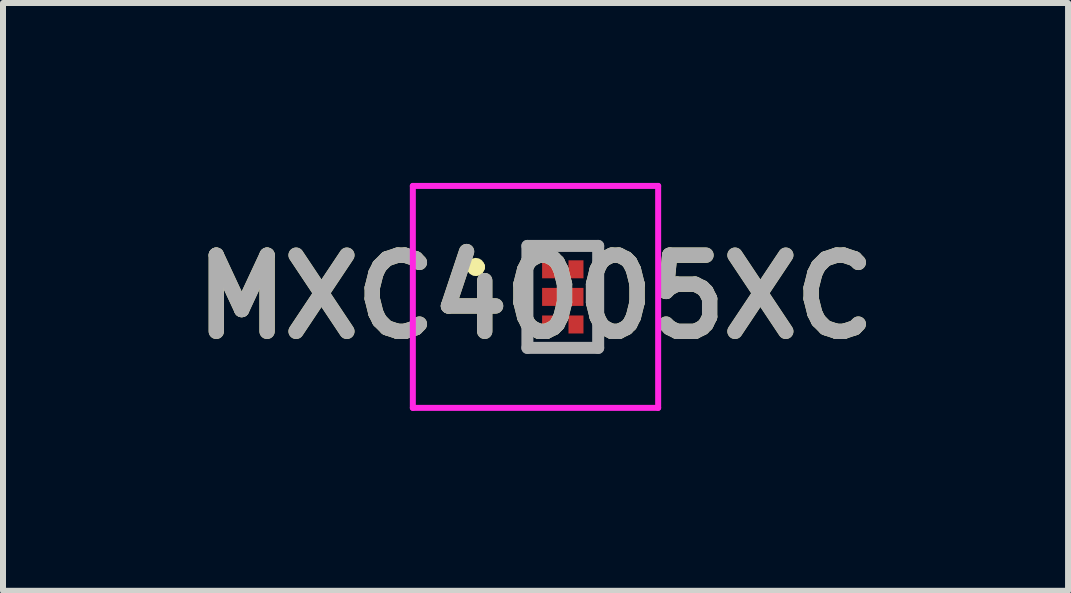
<source format=kicad_pcb>
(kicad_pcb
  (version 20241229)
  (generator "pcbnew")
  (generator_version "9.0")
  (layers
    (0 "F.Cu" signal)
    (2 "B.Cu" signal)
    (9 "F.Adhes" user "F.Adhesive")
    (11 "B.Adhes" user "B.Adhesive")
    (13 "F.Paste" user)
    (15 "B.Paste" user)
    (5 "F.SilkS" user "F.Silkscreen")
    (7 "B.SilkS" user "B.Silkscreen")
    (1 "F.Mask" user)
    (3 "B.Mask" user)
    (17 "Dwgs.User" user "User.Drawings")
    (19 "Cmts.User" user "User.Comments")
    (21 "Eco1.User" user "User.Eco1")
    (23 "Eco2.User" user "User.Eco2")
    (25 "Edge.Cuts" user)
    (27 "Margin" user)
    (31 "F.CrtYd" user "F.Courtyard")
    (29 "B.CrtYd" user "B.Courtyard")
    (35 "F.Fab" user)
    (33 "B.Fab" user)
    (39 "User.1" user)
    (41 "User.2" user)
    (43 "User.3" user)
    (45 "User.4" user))
  (footprint "MXC4005XC"
    (layer "F.Cu")
    (at 6.333 1.9)
    (property "Reference" "MXC4005XC" (at -0.455 0 0) (layer "F.SilkS") (effects (font (size 1.27 1.27) (thickness 0.254))))
    (attr smd)
    (fp_line (start -1.5 -0.5) (end -1.5 -0.5) (stroke (width 0.2) (type solid)) (layer "F.SilkS"))
    (fp_line (start -1.5 -0.5) (end -1.5 -0.5) (stroke (width 0.2) (type solid)) (layer "F.SilkS"))
    (fp_line (start -1.4 -0.5) (end -1.4 -0.5) (stroke (width 0.2) (type solid)) (layer "F.SilkS"))
    (fp_line (start -0.59 -0.85) (end 0.59 -0.85) (stroke (width 0.1) (type solid)) (layer "F.SilkS"))
    (fp_line (start -0.59 0.85) (end -0.59 -0.85) (stroke (width 0.1) (type solid)) (layer "F.SilkS"))
    (fp_line (start 0.59 -0.85) (end 0.59 0.85) (stroke (width 0.1) (type solid)) (layer "F.SilkS"))
    (fp_line (start 0.59 0.85) (end -0.59 0.85) (stroke (width 0.1) (type solid)) (layer "F.SilkS"))
    (fp_arc (start -1.5 -0.5) (mid -1.45 -0.55) (end -1.4 -0.5) (stroke (width 0.2) (type solid)) (layer "F.SilkS"))
    (fp_arc (start -1.4 -0.5) (mid -1.45 -0.45) (end -1.5 -0.5) (stroke (width 0.2) (type solid)) (layer "F.SilkS"))
    (fp_arc (start -1.4 -0.5) (mid -1.45 -0.45) (end -1.5 -0.5) (stroke (width 0.2) (type solid)) (layer "F.SilkS"))
    (fp_line (start -2.5 -1.85) (end 1.59 -1.85) (stroke (width 0.1) (type solid)) (layer "F.CrtYd"))
    (fp_line (start -2.5 1.85) (end -2.5 -1.85) (stroke (width 0.1) (type solid)) (layer "F.CrtYd"))
    (fp_line (start 1.59 -1.85) (end 1.59 1.85) (stroke (width 0.1) (type solid)) (layer "F.CrtYd"))
    (fp_line (start 1.59 1.85) (end -2.5 1.85) (stroke (width 0.1) (type solid)) (layer "F.CrtYd"))
    (fp_line (start -0.59 -0.85) (end -0.59 0.85) (stroke (width 0.2) (type solid)) (layer "F.Fab"))
    (fp_line (start -0.59 0.85) (end 0.59 0.85) (stroke (width 0.2) (type solid)) (layer "F.Fab"))
    (fp_line (start 0.59 -0.85) (end -0.59 -0.85) (stroke (width 0.2) (type solid)) (layer "F.Fab"))
    (fp_line (start 0.59 0.85) (end 0.59 -0.85) (stroke (width 0.2) (type solid)) (layer "F.Fab"))
    (fp_text user "${REFERENCE}" (at -0.455 0 0) (layer "F.Fab") (effects (font (size 1.27 1.27) (thickness 0.254))))
    (pad "1" smd rect (at -0.22 -0.46) (size 0.25 0.3) (layers "F.Cu" "F.Mask" "F.Paste"))
    (pad "2" smd rect (at -0.22 0) (size 0.25 0.3) (layers "F.Cu" "F.Mask" "F.Paste"))
    (pad "3" smd rect (at -0.22 0.46) (size 0.25 0.3) (layers "F.Cu" "F.Mask" "F.Paste"))
    (pad "4" smd rect (at 0.22 0.46) (size 0.25 0.3) (layers "F.Cu" "F.Mask" "F.Paste"))
    (pad "5" smd rect (at 0.22 0) (size 0.25 0.3) (layers "F.Cu" "F.Mask" "F.Paste"))
    (pad "6" smd rect (at 0.22 -0.46) (size 0.25 0.3) (layers "F.Cu" "F.Mask" "F.Paste")))
  (gr_rect
    (start -3 -3)
    (end 14.757 6.8)
    (stroke (width 0.1) (type default))
    (fill no)
    (layer "Edge.Cuts")))
</source>
